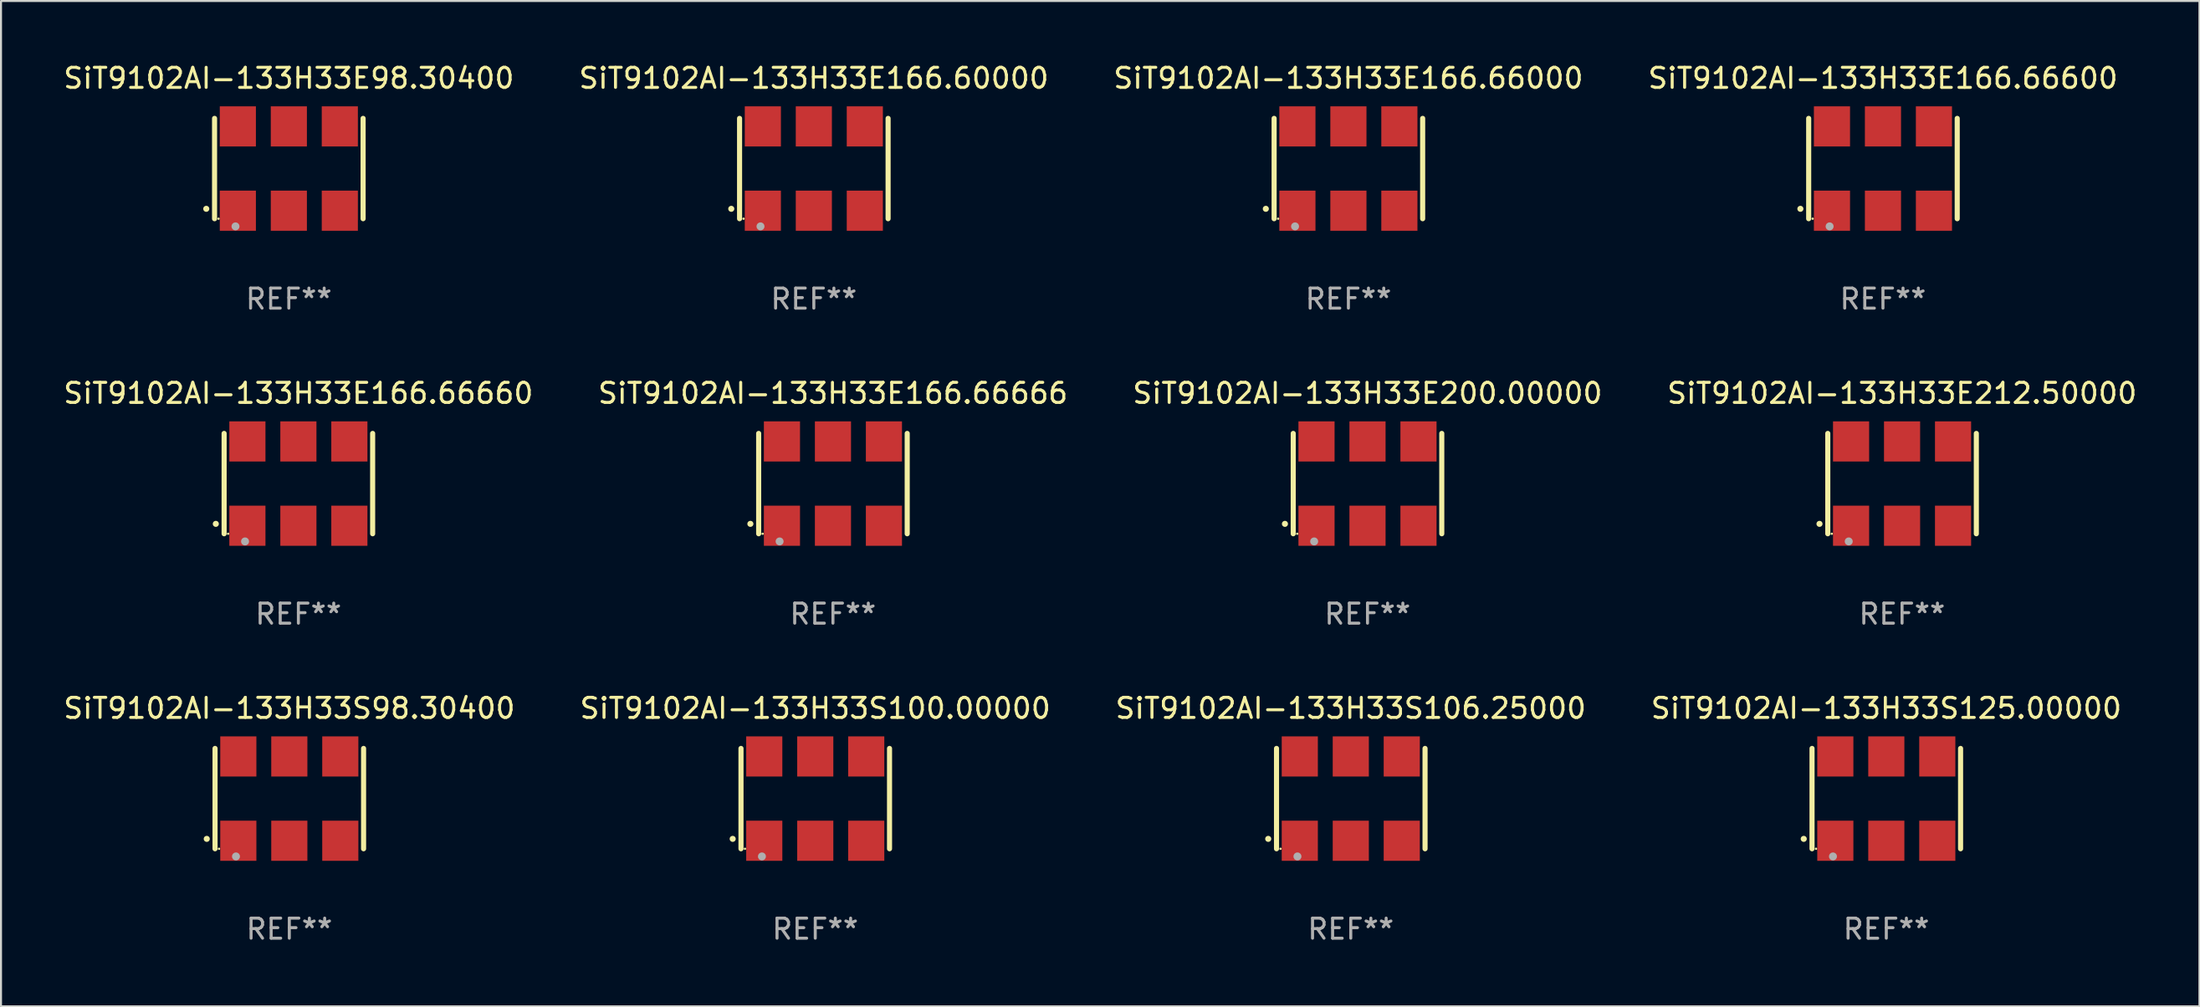
<source format=kicad_pcb>
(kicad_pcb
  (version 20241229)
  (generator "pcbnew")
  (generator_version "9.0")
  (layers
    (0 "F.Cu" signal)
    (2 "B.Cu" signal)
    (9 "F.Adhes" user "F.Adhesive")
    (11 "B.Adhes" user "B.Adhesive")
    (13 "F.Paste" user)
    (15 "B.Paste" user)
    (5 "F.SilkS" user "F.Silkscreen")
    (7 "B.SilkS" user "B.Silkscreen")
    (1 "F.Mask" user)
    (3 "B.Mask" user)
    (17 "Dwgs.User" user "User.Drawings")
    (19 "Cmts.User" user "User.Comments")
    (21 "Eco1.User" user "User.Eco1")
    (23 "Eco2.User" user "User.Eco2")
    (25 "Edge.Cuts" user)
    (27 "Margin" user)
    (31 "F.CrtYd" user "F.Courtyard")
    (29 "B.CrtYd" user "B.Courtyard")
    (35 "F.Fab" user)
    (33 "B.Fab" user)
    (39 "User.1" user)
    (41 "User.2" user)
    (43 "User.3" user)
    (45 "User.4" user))
  (footprint "SiT9102AI-133H33E166.66000"
    (layer "F.Cu")
    (at 64.125 5.348)
    (property "Reference" "SiT9102AI-133H33E166.66000" (at 0 -4.5 0) (layer "F.SilkS") (effects (font (size 1 1) (thickness 0.15))))
    (attr through_hole)
    (fp_line (start -3.7 -2.5) (end -3.7 2.5) (stroke (width 0.254) (type solid)) (layer "F.SilkS"))
    (fp_line (start 3.7 -2.5) (end 3.7 2.5) (stroke (width 0.254) (type solid)) (layer "F.SilkS"))
    (fp_arc (start -4.114415 2.006604) (mid -4.113145 2.006599) (end -4.111875 2.006604) (stroke (width 0.3) (type solid)) (layer "F.SilkS"))
    (fp_circle (center -3.502 2.5) (end -3.472 2.5) (stroke (width 0.06) (type solid)) (fill no) (layer "F.SilkS"))
    (fp_circle (center -2.657 2.882) (end -2.557 2.882) (stroke (width 0.2) (type solid)) (fill no) (layer "F.Fab"))
    (fp_text user "REF**" (at 0 6.5 0) (layer "F.Fab") (effects (font (size 1 1) (thickness 0.15))))
    (pad "1" smd rect (at -2.54 2.1) (size 1.8 2) (layers "F.Cu" "F.Mask" "F.Paste"))
    (pad "2" smd rect (at 0.000394 2.1) (size 1.8 2) (layers "F.Cu" "F.Mask" "F.Paste"))
    (pad "3" smd rect (at 2.54 2.1) (size 1.8 2) (layers "F.Cu" "F.Mask" "F.Paste"))
    (pad "4" smd rect (at 2.54 -2.1) (size 1.8 2) (layers "F.Cu" "F.Mask" "F.Paste"))
    (pad "5" smd rect (at 0.000394 -2.1) (size 1.8 2) (layers "F.Cu" "F.Mask" "F.Paste"))
    (pad "6" smd rect (at -2.54 -2.1) (size 1.8 2) (layers "F.Cu" "F.Mask" "F.Paste")))
  (footprint "SiT9102AI-133H33S106.25000"
    (layer "F.Cu")
    (at 64.244 36.741)
    (property "Reference" "SiT9102AI-133H33S106.25000" (at 0 -4.5 0) (layer "F.SilkS") (effects (font (size 1 1) (thickness 0.15))))
    (attr through_hole)
    (fp_line (start -3.7 -2.5) (end -3.7 2.5) (stroke (width 0.254) (type solid)) (layer "F.SilkS"))
    (fp_line (start 3.7 -2.5) (end 3.7 2.5) (stroke (width 0.254) (type solid)) (layer "F.SilkS"))
    (fp_arc (start -4.114415 2.006604) (mid -4.113145 2.006599) (end -4.111875 2.006604) (stroke (width 0.3) (type solid)) (layer "F.SilkS"))
    (fp_circle (center -3.502 2.5) (end -3.472 2.5) (stroke (width 0.06) (type solid)) (fill no) (layer "F.SilkS"))
    (fp_circle (center -2.657 2.882) (end -2.557 2.882) (stroke (width 0.2) (type solid)) (fill no) (layer "F.Fab"))
    (fp_text user "REF**" (at 0 6.5 0) (layer "F.Fab") (effects (font (size 1 1) (thickness 0.15))))
    (pad "1" smd rect (at -2.54 2.1) (size 1.8 2) (layers "F.Cu" "F.Mask" "F.Paste"))
    (pad "2" smd rect (at 0.000394 2.1) (size 1.8 2) (layers "F.Cu" "F.Mask" "F.Paste"))
    (pad "3" smd rect (at 2.54 2.1) (size 1.8 2) (layers "F.Cu" "F.Mask" "F.Paste"))
    (pad "4" smd rect (at 2.54 -2.1) (size 1.8 2) (layers "F.Cu" "F.Mask" "F.Paste"))
    (pad "5" smd rect (at 0.000394 -2.1) (size 1.8 2) (layers "F.Cu" "F.Mask" "F.Paste"))
    (pad "6" smd rect (at -2.54 -2.1) (size 1.8 2) (layers "F.Cu" "F.Mask" "F.Paste")))
  (footprint "SiT9102AI-133H33E98.30400"
    (layer "F.Cu")
    (at 11.339 5.348)
    (property "Reference" "SiT9102AI-133H33E98.30400" (at 0 -4.5 0) (layer "F.SilkS") (effects (font (size 1 1) (thickness 0.15))))
    (attr through_hole)
    (fp_line (start -3.7 -2.5) (end -3.7 2.5) (stroke (width 0.254) (type solid)) (layer "F.SilkS"))
    (fp_line (start 3.7 -2.5) (end 3.7 2.5) (stroke (width 0.254) (type solid)) (layer "F.SilkS"))
    (fp_arc (start -4.114415 2.006604) (mid -4.113145 2.006599) (end -4.111875 2.006604) (stroke (width 0.3) (type solid)) (layer "F.SilkS"))
    (fp_circle (center -3.502 2.5) (end -3.472 2.5) (stroke (width 0.06) (type solid)) (fill no) (layer "F.SilkS"))
    (fp_circle (center -2.657 2.882) (end -2.557 2.882) (stroke (width 0.2) (type solid)) (fill no) (layer "F.Fab"))
    (fp_text user "REF**" (at 0 6.5 0) (layer "F.Fab") (effects (font (size 1 1) (thickness 0.15))))
    (pad "1" smd rect (at -2.54 2.1) (size 1.8 2) (layers "F.Cu" "F.Mask" "F.Paste"))
    (pad "2" smd rect (at 0.000394 2.1) (size 1.8 2) (layers "F.Cu" "F.Mask" "F.Paste"))
    (pad "3" smd rect (at 2.54 2.1) (size 1.8 2) (layers "F.Cu" "F.Mask" "F.Paste"))
    (pad "4" smd rect (at 2.54 -2.1) (size 1.8 2) (layers "F.Cu" "F.Mask" "F.Paste"))
    (pad "5" smd rect (at 0.000394 -2.1) (size 1.8 2) (layers "F.Cu" "F.Mask" "F.Paste"))
    (pad "6" smd rect (at -2.54 -2.1) (size 1.8 2) (layers "F.Cu" "F.Mask" "F.Paste")))
  (footprint "SiT9102AI-133H33E166.60000"
    (layer "F.Cu")
    (at 37.494 5.348)
    (property "Reference" "SiT9102AI-133H33E166.60000" (at 0 -4.5 0) (layer "F.SilkS") (effects (font (size 1 1) (thickness 0.15))))
    (attr through_hole)
    (fp_line (start -3.7 -2.5) (end -3.7 2.5) (stroke (width 0.254) (type solid)) (layer "F.SilkS"))
    (fp_line (start 3.7 -2.5) (end 3.7 2.5) (stroke (width 0.254) (type solid)) (layer "F.SilkS"))
    (fp_arc (start -4.114415 2.006604) (mid -4.113145 2.006599) (end -4.111875 2.006604) (stroke (width 0.3) (type solid)) (layer "F.SilkS"))
    (fp_circle (center -3.502 2.5) (end -3.472 2.5) (stroke (width 0.06) (type solid)) (fill no) (layer "F.SilkS"))
    (fp_circle (center -2.657 2.882) (end -2.557 2.882) (stroke (width 0.2) (type solid)) (fill no) (layer "F.Fab"))
    (fp_text user "REF**" (at 0 6.5 0) (layer "F.Fab") (effects (font (size 1 1) (thickness 0.15))))
    (pad "1" smd rect (at -2.54 2.1) (size 1.8 2) (layers "F.Cu" "F.Mask" "F.Paste"))
    (pad "2" smd rect (at 0.000394 2.1) (size 1.8 2) (layers "F.Cu" "F.Mask" "F.Paste"))
    (pad "3" smd rect (at 2.54 2.1) (size 1.8 2) (layers "F.Cu" "F.Mask" "F.Paste"))
    (pad "4" smd rect (at 2.54 -2.1) (size 1.8 2) (layers "F.Cu" "F.Mask" "F.Paste"))
    (pad "5" smd rect (at 0.000394 -2.1) (size 1.8 2) (layers "F.Cu" "F.Mask" "F.Paste"))
    (pad "6" smd rect (at -2.54 -2.1) (size 1.8 2) (layers "F.Cu" "F.Mask" "F.Paste")))
  (footprint "SiT9102AI-133H33S125.00000"
    (layer "F.Cu")
    (at 90.923 36.741)
    (property "Reference" "SiT9102AI-133H33S125.00000" (at 0 -4.5 0) (layer "F.SilkS") (effects (font (size 1 1) (thickness 0.15))))
    (attr through_hole)
    (fp_line (start -3.7 -2.5) (end -3.7 2.5) (stroke (width 0.254) (type solid)) (layer "F.SilkS"))
    (fp_line (start 3.7 -2.5) (end 3.7 2.5) (stroke (width 0.254) (type solid)) (layer "F.SilkS"))
    (fp_arc (start -4.114415 2.006604) (mid -4.113145 2.006599) (end -4.111875 2.006604) (stroke (width 0.3) (type solid)) (layer "F.SilkS"))
    (fp_circle (center -3.502 2.5) (end -3.472 2.5) (stroke (width 0.06) (type solid)) (fill no) (layer "F.SilkS"))
    (fp_circle (center -2.657 2.882) (end -2.557 2.882) (stroke (width 0.2) (type solid)) (fill no) (layer "F.Fab"))
    (fp_text user "REF**" (at 0 6.5 0) (layer "F.Fab") (effects (font (size 1 1) (thickness 0.15))))
    (pad "1" smd rect (at -2.54 2.1) (size 1.8 2) (layers "F.Cu" "F.Mask" "F.Paste"))
    (pad "2" smd rect (at 0.000394 2.1) (size 1.8 2) (layers "F.Cu" "F.Mask" "F.Paste"))
    (pad "3" smd rect (at 2.54 2.1) (size 1.8 2) (layers "F.Cu" "F.Mask" "F.Paste"))
    (pad "4" smd rect (at 2.54 -2.1) (size 1.8 2) (layers "F.Cu" "F.Mask" "F.Paste"))
    (pad "5" smd rect (at 0.000394 -2.1) (size 1.8 2) (layers "F.Cu" "F.Mask" "F.Paste"))
    (pad "6" smd rect (at -2.54 -2.1) (size 1.8 2) (layers "F.Cu" "F.Mask" "F.Paste")))
  (footprint "SiT9102AI-133H33S98.30400"
    (layer "F.Cu")
    (at 11.363 36.741)
    (property "Reference" "SiT9102AI-133H33S98.30400" (at 0 -4.5 0) (layer "F.SilkS") (effects (font (size 1 1) (thickness 0.15))))
    (attr through_hole)
    (fp_line (start -3.7 -2.5) (end -3.7 2.5) (stroke (width 0.254) (type solid)) (layer "F.SilkS"))
    (fp_line (start 3.7 -2.5) (end 3.7 2.5) (stroke (width 0.254) (type solid)) (layer "F.SilkS"))
    (fp_arc (start -4.114415 2.006604) (mid -4.113145 2.006599) (end -4.111875 2.006604) (stroke (width 0.3) (type solid)) (layer "F.SilkS"))
    (fp_circle (center -3.502 2.5) (end -3.472 2.5) (stroke (width 0.06) (type solid)) (fill no) (layer "F.SilkS"))
    (fp_circle (center -2.657 2.882) (end -2.557 2.882) (stroke (width 0.2) (type solid)) (fill no) (layer "F.Fab"))
    (fp_text user "REF**" (at 0 6.5 0) (layer "F.Fab") (effects (font (size 1 1) (thickness 0.15))))
    (pad "1" smd rect (at -2.54 2.1) (size 1.8 2) (layers "F.Cu" "F.Mask" "F.Paste"))
    (pad "2" smd rect (at 0.000394 2.1) (size 1.8 2) (layers "F.Cu" "F.Mask" "F.Paste"))
    (pad "3" smd rect (at 2.54 2.1) (size 1.8 2) (layers "F.Cu" "F.Mask" "F.Paste"))
    (pad "4" smd rect (at 2.54 -2.1) (size 1.8 2) (layers "F.Cu" "F.Mask" "F.Paste"))
    (pad "5" smd rect (at 0.000394 -2.1) (size 1.8 2) (layers "F.Cu" "F.Mask" "F.Paste"))
    (pad "6" smd rect (at -2.54 -2.1) (size 1.8 2) (layers "F.Cu" "F.Mask" "F.Paste")))
  (footprint "SiT9102AI-133H33E166.66600"
    (layer "F.Cu")
    (at 90.756 5.348)
    (property "Reference" "SiT9102AI-133H33E166.66600" (at 0 -4.5 0) (layer "F.SilkS") (effects (font (size 1 1) (thickness 0.15))))
    (attr through_hole)
    (fp_line (start -3.7 -2.5) (end -3.7 2.5) (stroke (width 0.254) (type solid)) (layer "F.SilkS"))
    (fp_line (start 3.7 -2.5) (end 3.7 2.5) (stroke (width 0.254) (type solid)) (layer "F.SilkS"))
    (fp_arc (start -4.114415 2.006604) (mid -4.113145 2.006599) (end -4.111875 2.006604) (stroke (width 0.3) (type solid)) (layer "F.SilkS"))
    (fp_circle (center -3.502 2.5) (end -3.472 2.5) (stroke (width 0.06) (type solid)) (fill no) (layer "F.SilkS"))
    (fp_circle (center -2.657 2.882) (end -2.557 2.882) (stroke (width 0.2) (type solid)) (fill no) (layer "F.Fab"))
    (fp_text user "REF**" (at 0 6.5 0) (layer "F.Fab") (effects (font (size 1 1) (thickness 0.15))))
    (pad "1" smd rect (at -2.54 2.1) (size 1.8 2) (layers "F.Cu" "F.Mask" "F.Paste"))
    (pad "2" smd rect (at 0.000394 2.1) (size 1.8 2) (layers "F.Cu" "F.Mask" "F.Paste"))
    (pad "3" smd rect (at 2.54 2.1) (size 1.8 2) (layers "F.Cu" "F.Mask" "F.Paste"))
    (pad "4" smd rect (at 2.54 -2.1) (size 1.8 2) (layers "F.Cu" "F.Mask" "F.Paste"))
    (pad "5" smd rect (at 0.000394 -2.1) (size 1.8 2) (layers "F.Cu" "F.Mask" "F.Paste"))
    (pad "6" smd rect (at -2.54 -2.1) (size 1.8 2) (layers "F.Cu" "F.Mask" "F.Paste")))
  (footprint "SiT9102AI-133H33E200.00000"
    (layer "F.Cu")
    (at 65.077 21.045)
    (property "Reference" "SiT9102AI-133H33E200.00000" (at 0 -4.5 0) (layer "F.SilkS") (effects (font (size 1 1) (thickness 0.15))))
    (attr through_hole)
    (fp_line (start -3.7 -2.5) (end -3.7 2.5) (stroke (width 0.254) (type solid)) (layer "F.SilkS"))
    (fp_line (start 3.7 -2.5) (end 3.7 2.5) (stroke (width 0.254) (type solid)) (layer "F.SilkS"))
    (fp_arc (start -4.114415 2.006604) (mid -4.113145 2.006599) (end -4.111875 2.006604) (stroke (width 0.3) (type solid)) (layer "F.SilkS"))
    (fp_circle (center -3.502 2.5) (end -3.472 2.5) (stroke (width 0.06) (type solid)) (fill no) (layer "F.SilkS"))
    (fp_circle (center -2.657 2.882) (end -2.557 2.882) (stroke (width 0.2) (type solid)) (fill no) (layer "F.Fab"))
    (fp_text user "REF**" (at 0 6.5 0) (layer "F.Fab") (effects (font (size 1 1) (thickness 0.15))))
    (pad "1" smd rect (at -2.54 2.1) (size 1.8 2) (layers "F.Cu" "F.Mask" "F.Paste"))
    (pad "2" smd rect (at 0.000394 2.1) (size 1.8 2) (layers "F.Cu" "F.Mask" "F.Paste"))
    (pad "3" smd rect (at 2.54 2.1) (size 1.8 2) (layers "F.Cu" "F.Mask" "F.Paste"))
    (pad "4" smd rect (at 2.54 -2.1) (size 1.8 2) (layers "F.Cu" "F.Mask" "F.Paste"))
    (pad "5" smd rect (at 0.000394 -2.1) (size 1.8 2) (layers "F.Cu" "F.Mask" "F.Paste"))
    (pad "6" smd rect (at -2.54 -2.1) (size 1.8 2) (layers "F.Cu" "F.Mask" "F.Paste")))
  (footprint "SiT9102AI-133H33S100.00000"
    (layer "F.Cu")
    (at 37.565 36.741)
    (property "Reference" "SiT9102AI-133H33S100.00000" (at 0 -4.5 0) (layer "F.SilkS") (effects (font (size 1 1) (thickness 0.15))))
    (attr through_hole)
    (fp_line (start -3.7 -2.5) (end -3.7 2.5) (stroke (width 0.254) (type solid)) (layer "F.SilkS"))
    (fp_line (start 3.7 -2.5) (end 3.7 2.5) (stroke (width 0.254) (type solid)) (layer "F.SilkS"))
    (fp_arc (start -4.114415 2.006604) (mid -4.113145 2.006599) (end -4.111875 2.006604) (stroke (width 0.3) (type solid)) (layer "F.SilkS"))
    (fp_circle (center -3.502 2.5) (end -3.472 2.5) (stroke (width 0.06) (type solid)) (fill no) (layer "F.SilkS"))
    (fp_circle (center -2.657 2.882) (end -2.557 2.882) (stroke (width 0.2) (type solid)) (fill no) (layer "F.Fab"))
    (fp_text user "REF**" (at 0 6.5 0) (layer "F.Fab") (effects (font (size 1 1) (thickness 0.15))))
    (pad "1" smd rect (at -2.54 2.1) (size 1.8 2) (layers "F.Cu" "F.Mask" "F.Paste"))
    (pad "2" smd rect (at 0.000394 2.1) (size 1.8 2) (layers "F.Cu" "F.Mask" "F.Paste"))
    (pad "3" smd rect (at 2.54 2.1) (size 1.8 2) (layers "F.Cu" "F.Mask" "F.Paste"))
    (pad "4" smd rect (at 2.54 -2.1) (size 1.8 2) (layers "F.Cu" "F.Mask" "F.Paste"))
    (pad "5" smd rect (at 0.000394 -2.1) (size 1.8 2) (layers "F.Cu" "F.Mask" "F.Paste"))
    (pad "6" smd rect (at -2.54 -2.1) (size 1.8 2) (layers "F.Cu" "F.Mask" "F.Paste")))
  (footprint "SiT9102AI-133H33E166.66660"
    (layer "F.Cu")
    (at 11.815 21.045)
    (property "Reference" "SiT9102AI-133H33E166.66660" (at 0 -4.5 0) (layer "F.SilkS") (effects (font (size 1 1) (thickness 0.15))))
    (attr through_hole)
    (fp_line (start -3.7 -2.5) (end -3.7 2.5) (stroke (width 0.254) (type solid)) (layer "F.SilkS"))
    (fp_line (start 3.7 -2.5) (end 3.7 2.5) (stroke (width 0.254) (type solid)) (layer "F.SilkS"))
    (fp_arc (start -4.114415 2.006604) (mid -4.113145 2.006599) (end -4.111875 2.006604) (stroke (width 0.3) (type solid)) (layer "F.SilkS"))
    (fp_circle (center -3.502 2.5) (end -3.472 2.5) (stroke (width 0.06) (type solid)) (fill no) (layer "F.SilkS"))
    (fp_circle (center -2.657 2.882) (end -2.557 2.882) (stroke (width 0.2) (type solid)) (fill no) (layer "F.Fab"))
    (fp_text user "REF**" (at 0 6.5 0) (layer "F.Fab") (effects (font (size 1 1) (thickness 0.15))))
    (pad "1" smd rect (at -2.54 2.1) (size 1.8 2) (layers "F.Cu" "F.Mask" "F.Paste"))
    (pad "2" smd rect (at 0.000394 2.1) (size 1.8 2) (layers "F.Cu" "F.Mask" "F.Paste"))
    (pad "3" smd rect (at 2.54 2.1) (size 1.8 2) (layers "F.Cu" "F.Mask" "F.Paste"))
    (pad "4" smd rect (at 2.54 -2.1) (size 1.8 2) (layers "F.Cu" "F.Mask" "F.Paste"))
    (pad "5" smd rect (at 0.000394 -2.1) (size 1.8 2) (layers "F.Cu" "F.Mask" "F.Paste"))
    (pad "6" smd rect (at -2.54 -2.1) (size 1.8 2) (layers "F.Cu" "F.Mask" "F.Paste")))
  (footprint "SiT9102AI-133H33E166.66666"
    (layer "F.Cu")
    (at 38.446 21.045)
    (property "Reference" "SiT9102AI-133H33E166.66666" (at 0 -4.5 0) (layer "F.SilkS") (effects (font (size 1 1) (thickness 0.15))))
    (attr through_hole)
    (fp_line (start -3.7 -2.5) (end -3.7 2.5) (stroke (width 0.254) (type solid)) (layer "F.SilkS"))
    (fp_line (start 3.7 -2.5) (end 3.7 2.5) (stroke (width 0.254) (type solid)) (layer "F.SilkS"))
    (fp_arc (start -4.114415 2.006604) (mid -4.113145 2.006599) (end -4.111875 2.006604) (stroke (width 0.3) (type solid)) (layer "F.SilkS"))
    (fp_circle (center -3.502 2.5) (end -3.472 2.5) (stroke (width 0.06) (type solid)) (fill no) (layer "F.SilkS"))
    (fp_circle (center -2.657 2.882) (end -2.557 2.882) (stroke (width 0.2) (type solid)) (fill no) (layer "F.Fab"))
    (fp_text user "REF**" (at 0 6.5 0) (layer "F.Fab") (effects (font (size 1 1) (thickness 0.15))))
    (pad "1" smd rect (at -2.54 2.1) (size 1.8 2) (layers "F.Cu" "F.Mask" "F.Paste"))
    (pad "2" smd rect (at 0.000394 2.1) (size 1.8 2) (layers "F.Cu" "F.Mask" "F.Paste"))
    (pad "3" smd rect (at 2.54 2.1) (size 1.8 2) (layers "F.Cu" "F.Mask" "F.Paste"))
    (pad "4" smd rect (at 2.54 -2.1) (size 1.8 2) (layers "F.Cu" "F.Mask" "F.Paste"))
    (pad "5" smd rect (at 0.000394 -2.1) (size 1.8 2) (layers "F.Cu" "F.Mask" "F.Paste"))
    (pad "6" smd rect (at -2.54 -2.1) (size 1.8 2) (layers "F.Cu" "F.Mask" "F.Paste")))
  (footprint "SiT9102AI-133H33E212.50000"
    (layer "F.Cu")
    (at 91.708 21.045)
    (property "Reference" "SiT9102AI-133H33E212.50000" (at 0 -4.5 0) (layer "F.SilkS") (effects (font (size 1 1) (thickness 0.15))))
    (attr through_hole)
    (fp_line (start -3.7 -2.5) (end -3.7 2.5) (stroke (width 0.254) (type solid)) (layer "F.SilkS"))
    (fp_line (start 3.7 -2.5) (end 3.7 2.5) (stroke (width 0.254) (type solid)) (layer "F.SilkS"))
    (fp_arc (start -4.114415 2.006604) (mid -4.113145 2.006599) (end -4.111875 2.006604) (stroke (width 0.3) (type solid)) (layer "F.SilkS"))
    (fp_circle (center -3.502 2.5) (end -3.472 2.5) (stroke (width 0.06) (type solid)) (fill no) (layer "F.SilkS"))
    (fp_circle (center -2.657 2.882) (end -2.557 2.882) (stroke (width 0.2) (type solid)) (fill no) (layer "F.Fab"))
    (fp_text user "REF**" (at 0 6.5 0) (layer "F.Fab") (effects (font (size 1 1) (thickness 0.15))))
    (pad "1" smd rect (at -2.54 2.1) (size 1.8 2) (layers "F.Cu" "F.Mask" "F.Paste"))
    (pad "2" smd rect (at 0.000394 2.1) (size 1.8 2) (layers "F.Cu" "F.Mask" "F.Paste"))
    (pad "3" smd rect (at 2.54 2.1) (size 1.8 2) (layers "F.Cu" "F.Mask" "F.Paste"))
    (pad "4" smd rect (at 2.54 -2.1) (size 1.8 2) (layers "F.Cu" "F.Mask" "F.Paste"))
    (pad "5" smd rect (at 0.000394 -2.1) (size 1.8 2) (layers "F.Cu" "F.Mask" "F.Paste"))
    (pad "6" smd rect (at -2.54 -2.1) (size 1.8 2) (layers "F.Cu" "F.Mask" "F.Paste")))
  (gr_rect
    (start -3 -3)
    (end 106.524 47.09)
    (stroke (width 0.1) (type default))
    (fill no)
    (layer "Edge.Cuts")))
</source>
